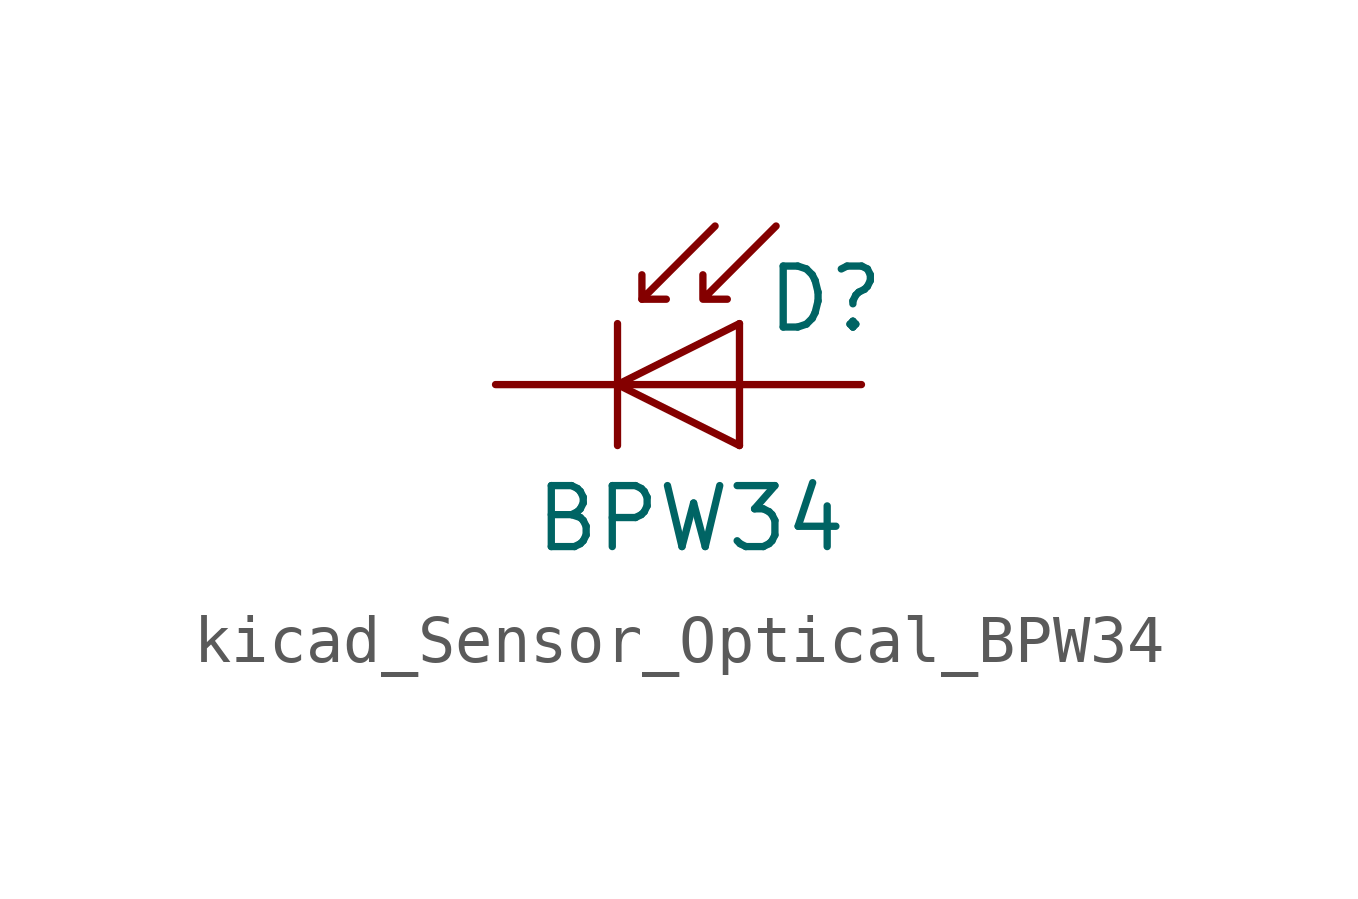
<source format=kicad_sym>
(kicad_symbol_lib
  (version 20220914)
  (generator kicad_symbol_editor)
  (symbol "kicad_Sensor_Optical_BPW34"
    (pin_numbers hide)
    (pin_names
      (offset 1.016) hide)
    (property "Reference" "D"
      (at 0.508 1.778 0)
      (effects (font (size 1.27 1.27)) (justify left)))
    (property "Value" "BPW34"
      (at -1.016 -2.794 0)
      (effects (font (size 1.27 1.27))))
    (symbol "kicad_Sensor_Optical_BPW34_0_1"
      (polyline (pts (xy -2.54 1.27) (xy -2.54 -1.27)) (stroke (width 0.152) (type default)) (fill (type none)))
      (polyline (pts (xy -2.032 1.778) (xy -1.524 1.778)) (stroke (width 0) (type default)) (fill (type none)))
      (polyline (pts (xy 0 -1.27) (xy 0 1.27)) (stroke (width 0) (type default)) (fill (type none)))
      (polyline (pts (xy 0 0) (xy -2.54 0)) (stroke (width 0) (type default)) (fill (type none)))
      (polyline (pts (xy -0.508 3.302) (xy -2.032 1.778) (xy -2.032 2.286)) (stroke (width 0) (type default)) (fill (type none)))
      (polyline (pts (xy 0 1.27) (xy -2.54 0) (xy 0 -1.27)) (stroke (width 0) (type default)) (fill (type none)))
      (polyline (pts (xy 0.762 3.302) (xy -0.762 1.778) (xy -0.762 2.286) (xy -0.762 1.778) (xy -0.254 1.778)) (stroke (width 0) (type default)) (fill (type none))))
    (symbol "kicad_Sensor_Optical_BPW34_1_1"
      (pin passive line (at -5.08 0 0) (length 2.54) (name "K" (effects (font (size 1.27 1.27)))) (number "1" (effects (font (size 1.27 1.27)))))
      (pin passive line (at 2.54 0 180) (length 2.54) (name "A" (effects (font (size 1.27 1.27)))) (number "2" (effects (font (size 1.27 1.27))))))))
</source>
